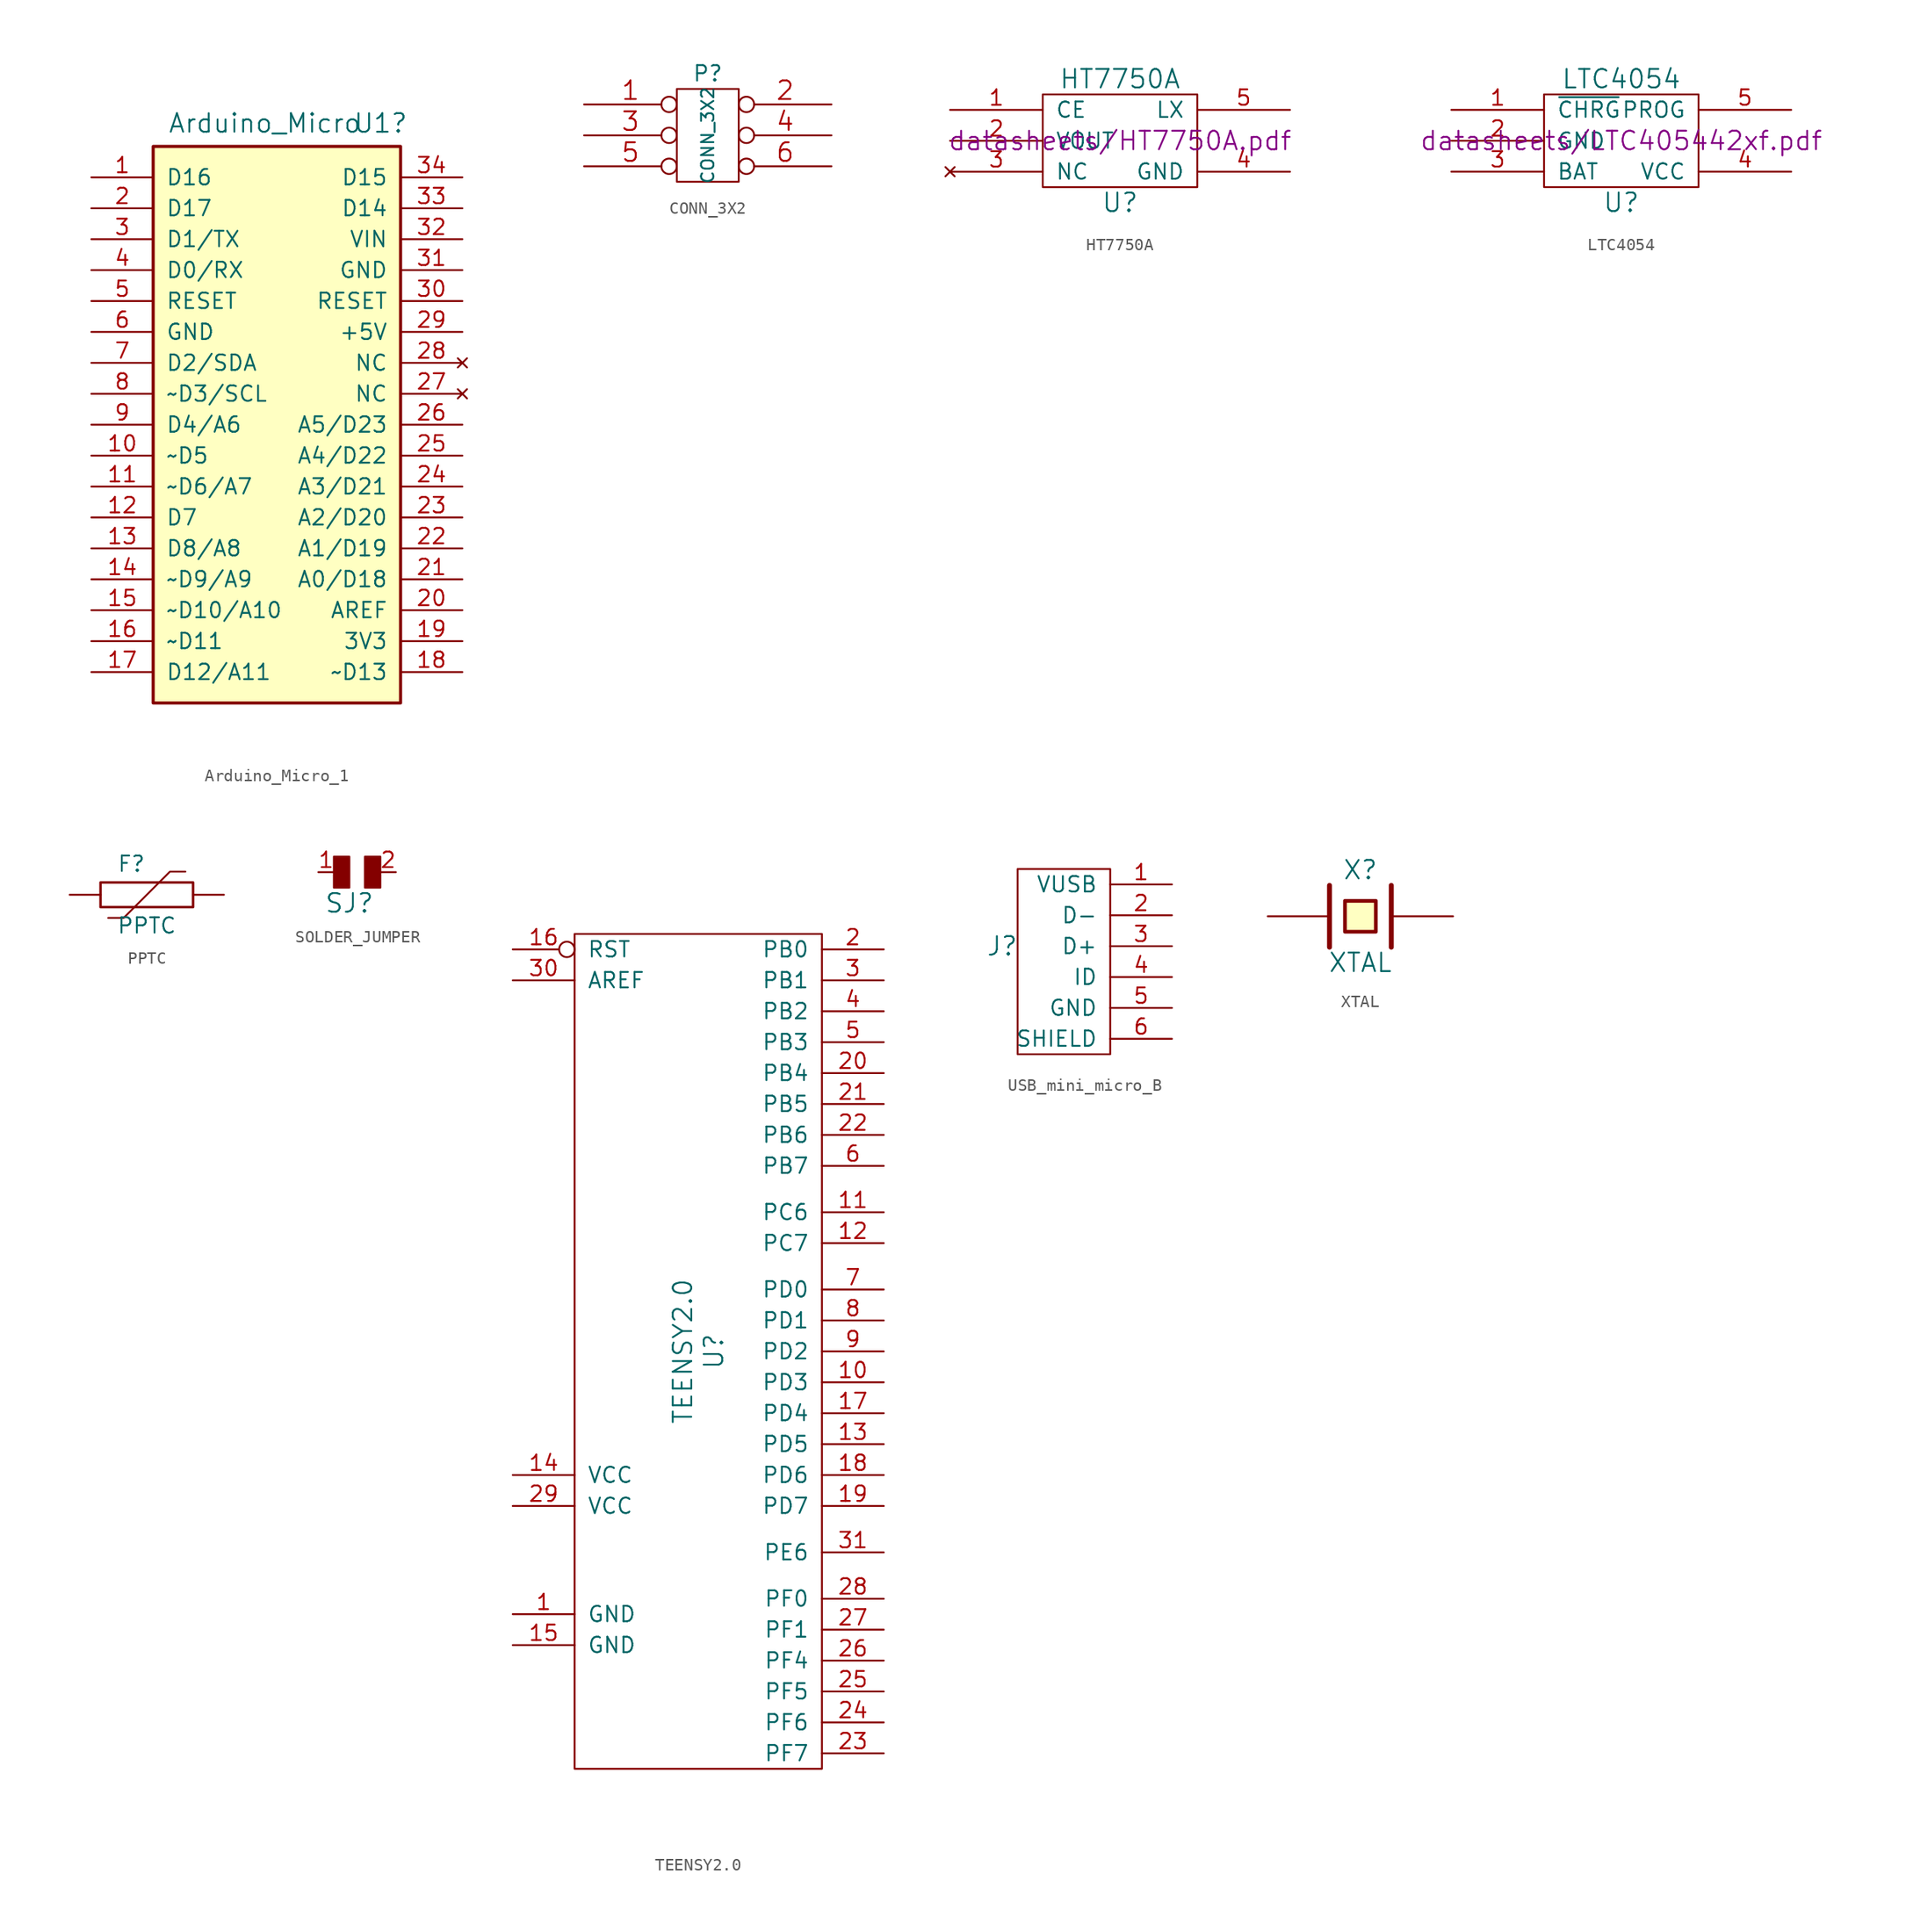
<source format=kicad_sym>
(kicad_symbol_lib
  (version 20220914)
  (generator kicad_symbol_editor)
  (symbol "Arduino_Micro_1"
    (pin_names
      (offset 1.016))
    (property "Reference" "U1"
      (at 10.795 24.765 0)
      (effects (font (size 1.524 1.524)) (justify right)))
    (property "Value" "Arduino_Micro"
      (at 6.985 24.765 0)
      (effects (font (size 1.524 1.524)) (justify right)))
    (symbol "Arduino_Micro_1_0_1"
      (rectangle (start -10.16 22.86) (end 10.16 -22.86) (stroke (width 0.254) (type solid)) (fill (type background))))
    (symbol "Arduino_Micro_1_1_1"
      (pin bidirectional line (at -15.24 20.32 0) (length 5.08) (name "D16" (effects (font (size 1.27 1.27)))) (number "1" (effects (font (size 1.27 1.27)))))
      (pin bidirectional line (at -15.24 -2.54 0) (length 5.08) (name "~D5" (effects (font (size 1.27 1.27)))) (number "10" (effects (font (size 1.27 1.27)))))
      (pin bidirectional line (at -15.24 -5.08 0) (length 5.08) (name "~D6/A7" (effects (font (size 1.27 1.27)))) (number "11" (effects (font (size 1.27 1.27)))))
      (pin bidirectional line (at -15.24 -7.62 0) (length 5.08) (name "D7" (effects (font (size 1.27 1.27)))) (number "12" (effects (font (size 1.27 1.27)))))
      (pin bidirectional line (at -15.24 -10.16 0) (length 5.08) (name "D8/A8" (effects (font (size 1.27 1.27)))) (number "13" (effects (font (size 1.27 1.27)))))
      (pin bidirectional line (at -15.24 -12.7 0) (length 5.08) (name "~D9/A9" (effects (font (size 1.27 1.27)))) (number "14" (effects (font (size 1.27 1.27)))))
      (pin bidirectional line (at -15.24 -15.24 0) (length 5.08) (name "~D10/A10" (effects (font (size 1.27 1.27)))) (number "15" (effects (font (size 1.27 1.27)))))
      (pin bidirectional line (at -15.24 -17.78 0) (length 5.08) (name "~D11" (effects (font (size 1.27 1.27)))) (number "16" (effects (font (size 1.27 1.27)))))
      (pin bidirectional line (at -15.24 -20.32 0) (length 5.08) (name "D12/A11" (effects (font (size 1.27 1.27)))) (number "17" (effects (font (size 1.27 1.27)))))
      (pin bidirectional line (at 15.24 -20.32 180) (length 5.08) (name "~D13" (effects (font (size 1.27 1.27)))) (number "18" (effects (font (size 1.27 1.27)))))
      (pin power_out line (at 15.24 -17.78 180) (length 5.08) (name "3V3" (effects (font (size 1.27 1.27)))) (number "19" (effects (font (size 1.27 1.27)))))
      (pin bidirectional line (at -15.24 17.78 0) (length 5.08) (name "D17" (effects (font (size 1.27 1.27)))) (number "2" (effects (font (size 1.27 1.27)))))
      (pin input line (at 15.24 -15.24 180) (length 5.08) (name "AREF" (effects (font (size 1.27 1.27)))) (number "20" (effects (font (size 1.27 1.27)))))
      (pin bidirectional line (at 15.24 -12.7 180) (length 5.08) (name "A0/D18" (effects (font (size 1.27 1.27)))) (number "21" (effects (font (size 1.27 1.27)))))
      (pin bidirectional line (at 15.24 -10.16 180) (length 5.08) (name "A1/D19" (effects (font (size 1.27 1.27)))) (number "22" (effects (font (size 1.27 1.27)))))
      (pin bidirectional line (at 15.24 -7.62 180) (length 5.08) (name "A2/D20" (effects (font (size 1.27 1.27)))) (number "23" (effects (font (size 1.27 1.27)))))
      (pin bidirectional line (at 15.24 -5.08 180) (length 5.08) (name "A3/D21" (effects (font (size 1.27 1.27)))) (number "24" (effects (font (size 1.27 1.27)))))
      (pin bidirectional line (at 15.24 -2.54 180) (length 5.08) (name "A4/D22" (effects (font (size 1.27 1.27)))) (number "25" (effects (font (size 1.27 1.27)))))
      (pin bidirectional line (at 15.24 0 180) (length 5.08) (name "A5/D23" (effects (font (size 1.27 1.27)))) (number "26" (effects (font (size 1.27 1.27)))))
      (pin no_connect line (at 15.24 2.54 180) (length 5.08) (name "NC" (effects (font (size 1.27 1.27)))) (number "27" (effects (font (size 1.27 1.27)))))
      (pin no_connect line (at 15.24 5.08 180) (length 5.08) (name "NC" (effects (font (size 1.27 1.27)))) (number "28" (effects (font (size 1.27 1.27)))))
      (pin power_in line (at 15.24 7.62 180) (length 5.08) (name "+5V" (effects (font (size 1.27 1.27)))) (number "29" (effects (font (size 1.27 1.27)))))
      (pin bidirectional line (at -15.24 15.24 0) (length 5.08) (name "D1/TX" (effects (font (size 1.27 1.27)))) (number "3" (effects (font (size 1.27 1.27)))))
      (pin input line (at 15.24 10.16 180) (length 5.08) (name "RESET" (effects (font (size 1.27 1.27)))) (number "30" (effects (font (size 1.27 1.27)))))
      (pin power_in line (at 15.24 12.7 180) (length 5.08) (name "GND" (effects (font (size 1.27 1.27)))) (number "31" (effects (font (size 1.27 1.27)))))
      (pin power_out line (at 15.24 15.24 180) (length 5.08) (name "VIN" (effects (font (size 1.27 1.27)))) (number "32" (effects (font (size 1.27 1.27)))))
      (pin bidirectional line (at 15.24 17.78 180) (length 5.08) (name "D14" (effects (font (size 1.27 1.27)))) (number "33" (effects (font (size 1.27 1.27)))))
      (pin bidirectional line (at 15.24 20.32 180) (length 5.08) (name "D15" (effects (font (size 1.27 1.27)))) (number "34" (effects (font (size 1.27 1.27)))))
      (pin bidirectional line (at -15.24 12.7 0) (length 5.08) (name "D0/RX" (effects (font (size 1.27 1.27)))) (number "4" (effects (font (size 1.27 1.27)))))
      (pin input line (at -15.24 10.16 0) (length 5.08) (name "RESET" (effects (font (size 1.27 1.27)))) (number "5" (effects (font (size 1.27 1.27)))))
      (pin power_in line (at -15.24 7.62 0) (length 5.08) (name "GND" (effects (font (size 1.27 1.27)))) (number "6" (effects (font (size 1.27 1.27)))))
      (pin bidirectional line (at -15.24 5.08 0) (length 5.08) (name "D2/SDA" (effects (font (size 1.27 1.27)))) (number "7" (effects (font (size 1.27 1.27)))))
      (pin bidirectional line (at -15.24 2.54 0) (length 5.08) (name "~D3/SCL" (effects (font (size 1.27 1.27)))) (number "8" (effects (font (size 1.27 1.27)))))
      (pin bidirectional line (at -15.24 0 0) (length 5.08) (name "D4/A6" (effects (font (size 1.27 1.27)))) (number "9" (effects (font (size 1.27 1.27)))))))
  (symbol "CONN_3X2"
    (pin_names
      (offset 1.016) hide)
    (property "Reference" "P"
      (at 0 5.08 0)
      (effects (font (size 1.27 1.27))))
    (property "Value" "CONN_3X2"
      (at 0 0 90)
      (effects (font (size 1.016 1.016))))
    (property "Footprint" ""
      (at 0 -1.27 0)
      (effects (font (size 1.524 1.524))))
    (property "Datasheet" ""
      (at 0 -1.27 0)
      (effects (font (size 1.524 1.524))))
    (symbol "CONN_3X2_0_1"
      (rectangle (start -2.54 3.81) (end 2.54 -3.81) (stroke (width 0) (type solid)) (fill (type none))))
    (symbol "CONN_3X2_1_1"
      (pin passive inverted (at -10.16 2.54 0) (length 7.62) (name "1" (effects (font (size 1.524 1.524)))) (number "1" (effects (font (size 1.524 1.524)))))
      (pin passive inverted (at 10.16 2.54 180) (length 7.62) (name "2" (effects (font (size 1.524 1.524)))) (number "2" (effects (font (size 1.524 1.524)))))
      (pin passive inverted (at -10.16 0 0) (length 7.62) (name "3" (effects (font (size 1.524 1.524)))) (number "3" (effects (font (size 1.524 1.524)))))
      (pin passive inverted (at 10.16 0 180) (length 7.62) (name "4" (effects (font (size 1.524 1.524)))) (number "4" (effects (font (size 1.524 1.524)))))
      (pin passive inverted (at -10.16 -2.54 0) (length 7.62) (name "5" (effects (font (size 1.524 1.524)))) (number "5" (effects (font (size 1.524 1.524)))))
      (pin passive inverted (at 10.16 -2.54 180) (length 7.62) (name "6" (effects (font (size 1.524 1.524)))) (number "6" (effects (font (size 1.524 1.524)))))))
  (symbol "HT7750A"
    (pin_names
      (offset 1.016))
    (property "Reference" "U"
      (at 0 -5.08 0)
      (effects (font (size 1.524 1.524))))
    (property "Value" "HT7750A"
      (at 0 5.08 0)
      (effects (font (size 1.524 1.524))))
    (property "Footprint" ""
      (at 0 0 0)
      (effects (font (size 1.524 1.524))))
    (property "Datasheet" "datasheets/HT7750A.pdf"
      (at 0 0 0)
      (effects (font (size 1.524 1.524))))
    (symbol "HT7750A_0_1"
      (rectangle (start -6.35 3.81) (end 6.35 -3.81) (stroke (width 0) (type solid)) (fill (type none))))
    (symbol "HT7750A_1_1"
      (pin input line (at -13.97 2.54 0) (length 7.62) (name "CE" (effects (font (size 1.27 1.27)))) (number "1" (effects (font (size 1.27 1.27)))))
      (pin power_out line (at -13.97 0 0) (length 7.62) (name "VOUT" (effects (font (size 1.27 1.27)))) (number "2" (effects (font (size 1.27 1.27)))))
      (pin no_connect line (at -13.97 -2.54 0) (length 7.62) (name "NC" (effects (font (size 1.27 1.27)))) (number "3" (effects (font (size 1.27 1.27)))))
      (pin power_in line (at 13.97 -2.54 180) (length 7.62) (name "GND" (effects (font (size 1.27 1.27)))) (number "4" (effects (font (size 1.27 1.27)))))
      (pin input line (at 13.97 2.54 180) (length 7.62) (name "LX" (effects (font (size 1.27 1.27)))) (number "5" (effects (font (size 1.27 1.27)))))))
  (symbol "LTC4054"
    (pin_names
      (offset 1.016))
    (property "Reference" "U"
      (at 0 -5.08 0)
      (effects (font (size 1.524 1.524))))
    (property "Value" "LTC4054"
      (at 0 5.08 0)
      (effects (font (size 1.524 1.524))))
    (property "Footprint" ""
      (at 0 0 0)
      (effects (font (size 1.524 1.524))))
    (property "Datasheet" "datasheets/LTC405442xf.pdf"
      (at 0 0 0)
      (effects (font (size 1.524 1.524))))
    (symbol "LTC4054_0_1"
      (rectangle (start -6.35 3.81) (end 6.35 -3.81) (stroke (width 0) (type solid)) (fill (type none))))
    (symbol "LTC4054_1_1"
      (pin output line (at -13.97 2.54 0) (length 7.62) (name "~{CHRG}" (effects (font (size 1.27 1.27)))) (number "1" (effects (font (size 1.27 1.27)))))
      (pin power_in line (at -13.97 0 0) (length 7.62) (name "GND" (effects (font (size 1.27 1.27)))) (number "2" (effects (font (size 1.27 1.27)))))
      (pin input line (at -13.97 -2.54 0) (length 7.62) (name "BAT" (effects (font (size 1.27 1.27)))) (number "3" (effects (font (size 1.27 1.27)))))
      (pin power_in line (at 13.97 -2.54 180) (length 7.62) (name "VCC" (effects (font (size 1.27 1.27)))) (number "4" (effects (font (size 1.27 1.27)))))
      (pin input line (at 13.97 2.54 180) (length 7.62) (name "PROG" (effects (font (size 1.27 1.27)))) (number "5" (effects (font (size 1.27 1.27)))))))
  (symbol "PPTC"
    (pin_numbers hide)
    (pin_names
      (offset 0))
    (property "Reference" "F"
      (at -1.27 2.54 0)
      (effects (font (size 1.27 1.27))))
    (property "Value" "PPTC"
      (at 0 -2.54 0)
      (effects (font (size 1.27 1.27))))
    (property "Footprint" ""
      (at 0 0 90)
      (effects (font (size 1.524 1.524))))
    (property "Datasheet" ""
      (at 0 0 90)
      (effects (font (size 1.524 1.524))))
    (symbol "PPTC_0_1"
      (rectangle (start -3.81 -1.016) (end 3.81 1.016) (stroke (width 0.203) (type solid)) (fill (type none)))
      (polyline (pts (xy -3.175 -1.905) (xy -1.905 -1.905) (xy 1.905 1.905) (xy 3.175 1.905) (xy 3.175 1.905)) (stroke (width 0) (type solid)) (fill (type none))))
    (symbol "PPTC_1_1"
      (pin passive line (at -6.35 0 0) (length 2.54) (name "~" (effects (font (size 1.524 1.524)))) (number "1" (effects (font (size 1.524 1.524)))))
      (pin passive line (at 6.35 0 180) (length 2.54) (name "~" (effects (font (size 1.524 1.524)))) (number "2" (effects (font (size 1.524 1.524)))))))
  (symbol "SOLDER_JUMPER"
    (pin_names
      (offset 1.016))
    (property "Reference" "SJ"
      (at 0 -1.27 0)
      (effects (font (size 1.524 1.524))))
    (property "Footprint" ""
      (at 1.27 0 0)
      (effects (font (size 1.524 1.524))))
    (property "Datasheet" ""
      (at 1.27 0 0)
      (effects (font (size 1.524 1.524))))
    (symbol "SOLDER_JUMPER_0_1"
      (rectangle (start -1.27 2.54) (end 0 0) (stroke (width 0) (type solid)) (fill (type outline)))
      (rectangle (start 1.27 2.54) (end 2.54 0) (stroke (width 0) (type solid)) (fill (type outline))))
    (symbol "SOLDER_JUMPER_1_1"
      (pin passive line (at -2.54 1.27 0) (length 1.27) (name "~" (effects (font (size 1.27 1.27)))) (number "1" (effects (font (size 1.27 1.27)))))
      (pin passive line (at 3.81 1.27 180) (length 1.27) (name "~" (effects (font (size 1.27 1.27)))) (number "2" (effects (font (size 1.27 1.27)))))))
  (symbol "TEENSY2.0"
    (pin_names
      (offset 1.016))
    (property "Reference" "U"
      (at 1.27 0 90)
      (effects (font (size 1.524 1.524))))
    (property "Value" "TEENSY2.0"
      (at -1.27 0 90)
      (effects (font (size 1.524 1.524))))
    (property "Footprint" ""
      (at 0 0 0)
      (effects (font (size 1.524 1.524))))
    (property "Datasheet" ""
      (at 0 0 0)
      (effects (font (size 1.524 1.524))))
    (symbol "TEENSY2.0_0_1"
      (rectangle (start -10.16 34.29) (end 10.16 -34.29) (stroke (width 0) (type solid)) (fill (type none))))
    (symbol "TEENSY2.0_1_1"
      (pin power_out line (at -15.24 -21.59 0) (length 5.08) (name "GND" (effects (font (size 1.27 1.27)))) (number "1" (effects (font (size 1.27 1.27)))))
      (pin bidirectional line (at 15.24 -2.54 180) (length 5.08) (name "PD3" (effects (font (size 1.27 1.27)))) (number "10" (effects (font (size 1.27 1.27)))))
      (pin bidirectional line (at 15.24 11.43 180) (length 5.08) (name "PC6" (effects (font (size 1.27 1.27)))) (number "11" (effects (font (size 1.27 1.27)))))
      (pin bidirectional line (at 15.24 8.89 180) (length 5.08) (name "PC7" (effects (font (size 1.27 1.27)))) (number "12" (effects (font (size 1.27 1.27)))))
      (pin bidirectional line (at 15.24 -7.62 180) (length 5.08) (name "PD5" (effects (font (size 1.27 1.27)))) (number "13" (effects (font (size 1.27 1.27)))))
      (pin power_out line (at -15.24 -10.16 0) (length 5.08) (name "VCC" (effects (font (size 1.27 1.27)))) (number "14" (effects (font (size 1.27 1.27)))))
      (pin power_out line (at -15.24 -24.13 0) (length 5.08) (name "GND" (effects (font (size 1.27 1.27)))) (number "15" (effects (font (size 1.27 1.27)))))
      (pin input inverted (at -15.24 33.02 0) (length 5.08) (name "RST" (effects (font (size 1.27 1.27)))) (number "16" (effects (font (size 1.27 1.27)))))
      (pin bidirectional line (at 15.24 -5.08 180) (length 5.08) (name "PD4" (effects (font (size 1.27 1.27)))) (number "17" (effects (font (size 1.27 1.27)))))
      (pin bidirectional line (at 15.24 -10.16 180) (length 5.08) (name "PD6" (effects (font (size 1.27 1.27)))) (number "18" (effects (font (size 1.27 1.27)))))
      (pin bidirectional line (at 15.24 -12.7 180) (length 5.08) (name "PD7" (effects (font (size 1.27 1.27)))) (number "19" (effects (font (size 1.27 1.27)))))
      (pin bidirectional line (at 15.24 33.02 180) (length 5.08) (name "PB0" (effects (font (size 1.27 1.27)))) (number "2" (effects (font (size 1.27 1.27)))))
      (pin bidirectional line (at 15.24 22.86 180) (length 5.08) (name "PB4" (effects (font (size 1.27 1.27)))) (number "20" (effects (font (size 1.27 1.27)))))
      (pin bidirectional line (at 15.24 20.32 180) (length 5.08) (name "PB5" (effects (font (size 1.27 1.27)))) (number "21" (effects (font (size 1.27 1.27)))))
      (pin bidirectional line (at 15.24 17.78 180) (length 5.08) (name "PB6" (effects (font (size 1.27 1.27)))) (number "22" (effects (font (size 1.27 1.27)))))
      (pin bidirectional line (at 15.24 -33.02 180) (length 5.08) (name "PF7" (effects (font (size 1.27 1.27)))) (number "23" (effects (font (size 1.27 1.27)))))
      (pin bidirectional line (at 15.24 -30.48 180) (length 5.08) (name "PF6" (effects (font (size 1.27 1.27)))) (number "24" (effects (font (size 1.27 1.27)))))
      (pin bidirectional line (at 15.24 -27.94 180) (length 5.08) (name "PF5" (effects (font (size 1.27 1.27)))) (number "25" (effects (font (size 1.27 1.27)))))
      (pin bidirectional line (at 15.24 -25.4 180) (length 5.08) (name "PF4" (effects (font (size 1.27 1.27)))) (number "26" (effects (font (size 1.27 1.27)))))
      (pin bidirectional line (at 15.24 -22.86 180) (length 5.08) (name "PF1" (effects (font (size 1.27 1.27)))) (number "27" (effects (font (size 1.27 1.27)))))
      (pin bidirectional line (at 15.24 -20.32 180) (length 5.08) (name "PF0" (effects (font (size 1.27 1.27)))) (number "28" (effects (font (size 1.27 1.27)))))
      (pin power_out line (at -15.24 -12.7 0) (length 5.08) (name "VCC" (effects (font (size 1.27 1.27)))) (number "29" (effects (font (size 1.27 1.27)))))
      (pin bidirectional line (at 15.24 30.48 180) (length 5.08) (name "PB1" (effects (font (size 1.27 1.27)))) (number "3" (effects (font (size 1.27 1.27)))))
      (pin input line (at -15.24 30.48 0) (length 5.08) (name "AREF" (effects (font (size 1.27 1.27)))) (number "30" (effects (font (size 1.27 1.27)))))
      (pin bidirectional line (at 15.24 -16.51 180) (length 5.08) (name "PE6" (effects (font (size 1.27 1.27)))) (number "31" (effects (font (size 1.27 1.27)))))
      (pin bidirectional line (at 15.24 27.94 180) (length 5.08) (name "PB2" (effects (font (size 1.27 1.27)))) (number "4" (effects (font (size 1.27 1.27)))))
      (pin bidirectional line (at 15.24 25.4 180) (length 5.08) (name "PB3" (effects (font (size 1.27 1.27)))) (number "5" (effects (font (size 1.27 1.27)))))
      (pin bidirectional line (at 15.24 15.24 180) (length 5.08) (name "PB7" (effects (font (size 1.27 1.27)))) (number "6" (effects (font (size 1.27 1.27)))))
      (pin bidirectional line (at 15.24 5.08 180) (length 5.08) (name "PD0" (effects (font (size 1.27 1.27)))) (number "7" (effects (font (size 1.27 1.27)))))
      (pin bidirectional line (at 15.24 2.54 180) (length 5.08) (name "PD1" (effects (font (size 1.27 1.27)))) (number "8" (effects (font (size 1.27 1.27)))))
      (pin bidirectional line (at 15.24 0 180) (length 5.08) (name "PD2" (effects (font (size 1.27 1.27)))) (number "9" (effects (font (size 1.27 1.27)))))))
  (symbol "USB_mini_micro_B"
    (pin_names
      (offset 1.016))
    (property "Reference" "J"
      (at -10.16 -1.27 0)
      (effects (font (size 1.524 1.524))))
    (property "Footprint" ""
      (at -1.27 0 0)
      (effects (font (size 1.524 1.524))))
    (property "Datasheet" ""
      (at -1.27 0 0)
      (effects (font (size 1.524 1.524))))
    (symbol "USB_mini_micro_B_0_1"
      (rectangle (start -8.89 5.08) (end -1.27 -10.16) (stroke (width 0) (type solid)) (fill (type none))))
    (symbol "USB_mini_micro_B_1_1"
      (pin power_out line (at 3.81 3.81 180) (length 5.08) (name "VUSB" (effects (font (size 1.27 1.27)))) (number "1" (effects (font (size 1.27 1.27)))))
      (pin bidirectional line (at 3.81 1.27 180) (length 5.08) (name "D-" (effects (font (size 1.27 1.27)))) (number "2" (effects (font (size 1.27 1.27)))))
      (pin bidirectional line (at 3.81 -1.27 180) (length 5.08) (name "D+" (effects (font (size 1.27 1.27)))) (number "3" (effects (font (size 1.27 1.27)))))
      (pin input line (at 3.81 -3.81 180) (length 5.08) (name "ID" (effects (font (size 1.27 1.27)))) (number "4" (effects (font (size 1.27 1.27)))))
      (pin power_out line (at 3.81 -6.35 180) (length 5.08) (name "GND" (effects (font (size 1.27 1.27)))) (number "5" (effects (font (size 1.27 1.27)))))
      (pin input line (at 3.81 -8.89 180) (length 5.08) (name "SHIELD" (effects (font (size 1.27 1.27)))) (number "6" (effects (font (size 1.27 1.27)))))))
  (symbol "XTAL"
    (pin_numbers hide)
    (pin_names
      (offset 1.016) hide)
    (property "Reference" "X"
      (at 0 3.81 0)
      (effects (font (size 1.524 1.524))))
    (property "Value" "XTAL"
      (at 0 -3.81 0)
      (effects (font (size 1.524 1.524))))
    (property "Footprint" ""
      (at 0 0 0)
      (effects (font (size 1.524 1.524))))
    (property "Datasheet" ""
      (at 0 0 0)
      (effects (font (size 1.524 1.524))))
    (symbol "XTAL_0_1"
      (polyline (pts (xy -2.54 2.54) (xy -2.54 -2.54)) (stroke (width 0.406) (type solid)) (fill (type none)))
      (polyline (pts (xy 2.54 2.54) (xy 2.54 -2.54)) (stroke (width 0.406) (type solid)) (fill (type none)))
      (polyline (pts (xy -1.27 1.27) (xy 1.27 1.27) (xy 1.27 -1.27) (xy -1.27 -1.27) (xy -1.27 1.27)) (stroke (width 0.305) (type solid)) (fill (type background))))
    (symbol "XTAL_1_1"
      (pin passive line (at -7.62 0 0) (length 5.08) (name "1" (effects (font (size 1.016 1.016)))) (number "1" (effects (font (size 1.016 1.016)))))
      (pin passive line (at 7.62 0 180) (length 5.08) (name "2" (effects (font (size 1.016 1.016)))) (number "2" (effects (font (size 1.016 1.016))))))))
</source>
